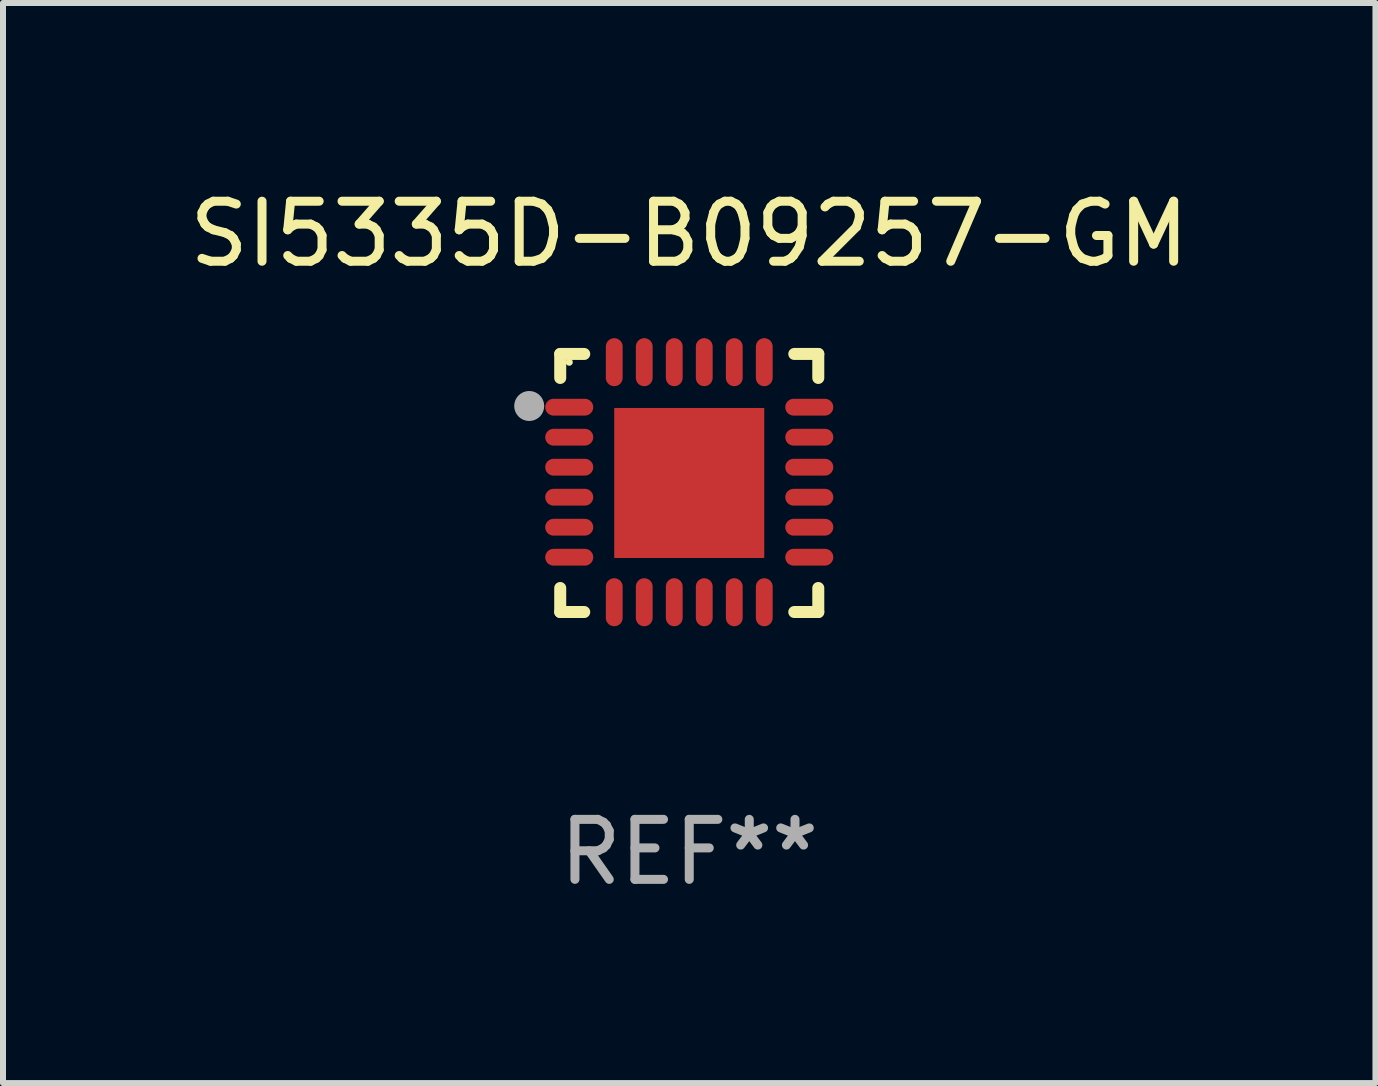
<source format=kicad_pcb>
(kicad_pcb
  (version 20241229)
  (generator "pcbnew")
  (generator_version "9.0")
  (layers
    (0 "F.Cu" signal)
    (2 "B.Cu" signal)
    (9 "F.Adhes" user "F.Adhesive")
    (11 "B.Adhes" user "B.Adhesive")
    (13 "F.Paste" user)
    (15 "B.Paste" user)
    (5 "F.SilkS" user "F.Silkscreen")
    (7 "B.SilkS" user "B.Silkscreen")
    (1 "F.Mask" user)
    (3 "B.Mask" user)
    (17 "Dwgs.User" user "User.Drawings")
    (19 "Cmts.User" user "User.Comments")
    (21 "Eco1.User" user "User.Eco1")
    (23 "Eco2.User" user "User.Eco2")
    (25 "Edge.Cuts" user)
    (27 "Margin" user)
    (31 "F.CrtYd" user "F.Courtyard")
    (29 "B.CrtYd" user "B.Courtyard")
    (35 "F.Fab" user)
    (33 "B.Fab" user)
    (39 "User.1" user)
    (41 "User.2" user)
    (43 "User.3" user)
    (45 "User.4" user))
  (footprint "SI5335D-B09257-GM"
    (layer "F.Cu")
    (at 8.435 4.998)
    (property "Reference" "SI5335D-B09257-GM" (at 0 -4.15 0) (layer "F.SilkS") (effects (font (size 1 1) (thickness 0.15))))
    (attr through_hole)
    (fp_line (start -2.15 -2.15) (end -1.75 -2.15) (stroke (width 0.2) (type solid)) (layer "F.SilkS"))
    (fp_line (start -2.15 -1.75) (end -2.15 -2.15) (stroke (width 0.2) (type solid)) (layer "F.SilkS"))
    (fp_line (start -2.15 2.15) (end -2.15 1.75) (stroke (width 0.2) (type solid)) (layer "F.SilkS"))
    (fp_line (start -1.75 2.15) (end -2.15 2.15) (stroke (width 0.2) (type solid)) (layer "F.SilkS"))
    (fp_line (start 1.75 -2.15) (end 2.15 -2.15) (stroke (width 0.2) (type solid)) (layer "F.SilkS"))
    (fp_line (start 1.75 2.15) (end 2.15 2.15) (stroke (width 0.2) (type solid)) (layer "F.SilkS"))
    (fp_line (start 2.15 -2.15) (end 2.15 -1.75) (stroke (width 0.2) (type solid)) (layer "F.SilkS"))
    (fp_line (start 2.15 2.15) (end 2.15 1.75) (stroke (width 0.2) (type solid)) (layer "F.SilkS"))
    (fp_circle (center -2 -2.013) (end -1.97 -2.013) (stroke (width 0.06) (type solid)) (fill no) (layer "F.SilkS"))
    (fp_circle (center -2.667 -1.283) (end -2.542 -1.283) (stroke (width 0.25) (type solid)) (fill no) (layer "F.Fab"))
    (fp_text user "REF**" (at 0 6.15 0) (layer "F.Fab") (effects (font (size 1 1) (thickness 0.15))))
    (pad "1" smd oval (at -2 -1.263) (size 0.8 0.28) (layers "F.Cu" "F.Mask" "F.Paste"))
    (pad "2" smd oval (at -2 -0.763) (size 0.8 0.28) (layers "F.Cu" "F.Mask" "F.Paste"))
    (pad "3" smd oval (at -2 -0.263) (size 0.8 0.28) (layers "F.Cu" "F.Mask" "F.Paste"))
    (pad "4" smd oval (at -2 0.237) (size 0.8 0.28) (layers "F.Cu" "F.Mask" "F.Paste"))
    (pad "5" smd oval (at -2 0.737) (size 0.8 0.28) (layers "F.Cu" "F.Mask" "F.Paste"))
    (pad "6" smd oval (at -2 1.237) (size 0.8 0.28) (layers "F.Cu" "F.Mask" "F.Paste"))
    (pad "7" smd oval (at -1.25 1.987) (size 0.28 0.8) (layers "F.Cu" "F.Mask" "F.Paste"))
    (pad "8" smd oval (at -0.75 1.987) (size 0.28 0.8) (layers "F.Cu" "F.Mask" "F.Paste"))
    (pad "9" smd oval (at -0.25 1.987) (size 0.28 0.8) (layers "F.Cu" "F.Mask" "F.Paste"))
    (pad "10" smd oval (at 0.25 1.987) (size 0.28 0.8) (layers "F.Cu" "F.Mask" "F.Paste"))
    (pad "11" smd oval (at 0.75 1.987) (size 0.28 0.8) (layers "F.Cu" "F.Mask" "F.Paste"))
    (pad "12" smd oval (at 1.25 1.987) (size 0.28 0.8) (layers "F.Cu" "F.Mask" "F.Paste"))
    (pad "13" smd oval (at 2 1.237) (size 0.8 0.28) (layers "F.Cu" "F.Mask" "F.Paste"))
    (pad "14" smd oval (at 2 0.737) (size 0.8 0.28) (layers "F.Cu" "F.Mask" "F.Paste"))
    (pad "15" smd oval (at 2 0.237) (size 0.8 0.28) (layers "F.Cu" "F.Mask" "F.Paste"))
    (pad "16" smd oval (at 2 -0.263) (size 0.8 0.28) (layers "F.Cu" "F.Mask" "F.Paste"))
    (pad "17" smd oval (at 2 -0.763) (size 0.8 0.28) (layers "F.Cu" "F.Mask" "F.Paste"))
    (pad "18" smd oval (at 2 -1.263) (size 0.8 0.28) (layers "F.Cu" "F.Mask" "F.Paste"))
    (pad "19" smd oval (at 1.25 -2.013) (size 0.28 0.8) (layers "F.Cu" "F.Mask" "F.Paste"))
    (pad "20" smd oval (at 0.75 -2.013) (size 0.28 0.8) (layers "F.Cu" "F.Mask" "F.Paste"))
    (pad "21" smd oval (at 0.25 -2.013) (size 0.28 0.8) (layers "F.Cu" "F.Mask" "F.Paste"))
    (pad "22" smd oval (at -0.25 -2.013) (size 0.28 0.8) (layers "F.Cu" "F.Mask" "F.Paste"))
    (pad "23" smd oval (at -0.75 -2.013) (size 0.28 0.8) (layers "F.Cu" "F.Mask" "F.Paste"))
    (pad "24" smd oval (at -1.25 -2.013) (size 0.28 0.8) (layers "F.Cu" "F.Mask" "F.Paste"))
    (pad "25" smd rect (at -0.000127 -0.00014) (size 2.5 2.5) (layers "F.Cu" "F.Mask" "F.Paste")))
  (gr_rect
    (start -3 -3)
    (end 19.869 14.997)
    (stroke (width 0.1) (type default))
    (fill no)
    (layer "Edge.Cuts")))
</source>
